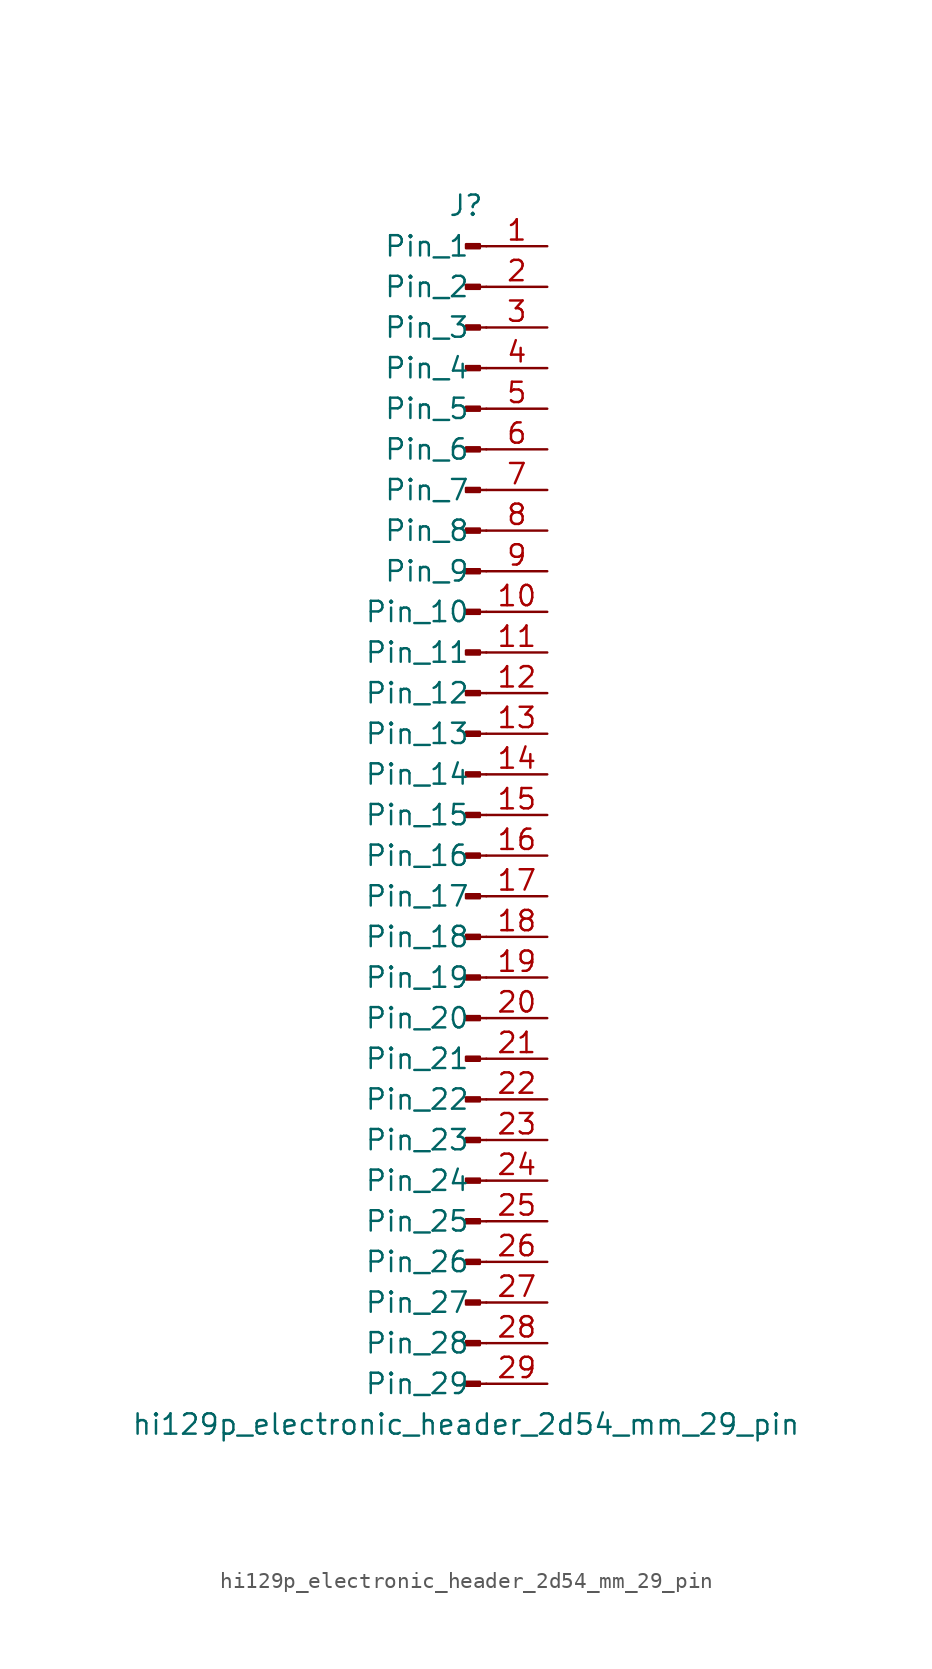
<source format=kicad_sym>
(kicad_symbol_lib
  (version 20220914)
  (generator kicad_symbol_editor)
  (symbol "hi129p_electronic_header_2d54_mm_29_pin"
    (pin_names
      (offset 1.016))
    (property "Reference" "J"
      (at 0 38.1 0)
      (effects (font (size 1.27 1.27))))
    (property "Value" "hi129p_electronic_header_2d54_mm_29_pin"
      (at 0 -38.1 0)
      (effects (font (size 1.27 1.27))))
    (property "ki_locked" ""
      (at 0 0 0)
      (effects (font (size 1.27 1.27))))
    (symbol "hi129p_electronic_header_2d54_mm_29_pin_1_1"
      (polyline (pts (xy 1.27 -35.56) (xy 0.864 -35.56)) (stroke (width 0.152) (type default)) (fill (type none)))
      (polyline (pts (xy 1.27 -33.02) (xy 0.864 -33.02)) (stroke (width 0.152) (type default)) (fill (type none)))
      (polyline (pts (xy 1.27 -30.48) (xy 0.864 -30.48)) (stroke (width 0.152) (type default)) (fill (type none)))
      (polyline (pts (xy 1.27 -27.94) (xy 0.864 -27.94)) (stroke (width 0.152) (type default)) (fill (type none)))
      (polyline (pts (xy 1.27 -25.4) (xy 0.864 -25.4)) (stroke (width 0.152) (type default)) (fill (type none)))
      (polyline (pts (xy 1.27 -22.86) (xy 0.864 -22.86)) (stroke (width 0.152) (type default)) (fill (type none)))
      (polyline (pts (xy 1.27 -20.32) (xy 0.864 -20.32)) (stroke (width 0.152) (type default)) (fill (type none)))
      (polyline (pts (xy 1.27 -17.78) (xy 0.864 -17.78)) (stroke (width 0.152) (type default)) (fill (type none)))
      (polyline (pts (xy 1.27 -15.24) (xy 0.864 -15.24)) (stroke (width 0.152) (type default)) (fill (type none)))
      (polyline (pts (xy 1.27 -12.7) (xy 0.864 -12.7)) (stroke (width 0.152) (type default)) (fill (type none)))
      (polyline (pts (xy 1.27 -10.16) (xy 0.864 -10.16)) (stroke (width 0.152) (type default)) (fill (type none)))
      (polyline (pts (xy 1.27 -7.62) (xy 0.864 -7.62)) (stroke (width 0.152) (type default)) (fill (type none)))
      (polyline (pts (xy 1.27 -5.08) (xy 0.864 -5.08)) (stroke (width 0.152) (type default)) (fill (type none)))
      (polyline (pts (xy 1.27 -2.54) (xy 0.864 -2.54)) (stroke (width 0.152) (type default)) (fill (type none)))
      (polyline (pts (xy 1.27 0) (xy 0.864 0)) (stroke (width 0.152) (type default)) (fill (type none)))
      (polyline (pts (xy 1.27 2.54) (xy 0.864 2.54)) (stroke (width 0.152) (type default)) (fill (type none)))
      (polyline (pts (xy 1.27 5.08) (xy 0.864 5.08)) (stroke (width 0.152) (type default)) (fill (type none)))
      (polyline (pts (xy 1.27 7.62) (xy 0.864 7.62)) (stroke (width 0.152) (type default)) (fill (type none)))
      (polyline (pts (xy 1.27 10.16) (xy 0.864 10.16)) (stroke (width 0.152) (type default)) (fill (type none)))
      (polyline (pts (xy 1.27 12.7) (xy 0.864 12.7)) (stroke (width 0.152) (type default)) (fill (type none)))
      (polyline (pts (xy 1.27 15.24) (xy 0.864 15.24)) (stroke (width 0.152) (type default)) (fill (type none)))
      (polyline (pts (xy 1.27 17.78) (xy 0.864 17.78)) (stroke (width 0.152) (type default)) (fill (type none)))
      (polyline (pts (xy 1.27 20.32) (xy 0.864 20.32)) (stroke (width 0.152) (type default)) (fill (type none)))
      (polyline (pts (xy 1.27 22.86) (xy 0.864 22.86)) (stroke (width 0.152) (type default)) (fill (type none)))
      (polyline (pts (xy 1.27 25.4) (xy 0.864 25.4)) (stroke (width 0.152) (type default)) (fill (type none)))
      (polyline (pts (xy 1.27 27.94) (xy 0.864 27.94)) (stroke (width 0.152) (type default)) (fill (type none)))
      (polyline (pts (xy 1.27 30.48) (xy 0.864 30.48)) (stroke (width 0.152) (type default)) (fill (type none)))
      (polyline (pts (xy 1.27 33.02) (xy 0.864 33.02)) (stroke (width 0.152) (type default)) (fill (type none)))
      (polyline (pts (xy 1.27 35.56) (xy 0.864 35.56)) (stroke (width 0.152) (type default)) (fill (type none)))
      (rectangle (start 0.864 -35.433) (end 0 -35.687) (stroke (width 0.152) (type default)) (fill (type outline)))
      (rectangle (start 0.864 -32.893) (end 0 -33.147) (stroke (width 0.152) (type default)) (fill (type outline)))
      (rectangle (start 0.864 -30.353) (end 0 -30.607) (stroke (width 0.152) (type default)) (fill (type outline)))
      (rectangle (start 0.864 -27.813) (end 0 -28.067) (stroke (width 0.152) (type default)) (fill (type outline)))
      (rectangle (start 0.864 -25.273) (end 0 -25.527) (stroke (width 0.152) (type default)) (fill (type outline)))
      (rectangle (start 0.864 -22.733) (end 0 -22.987) (stroke (width 0.152) (type default)) (fill (type outline)))
      (rectangle (start 0.864 -20.193) (end 0 -20.447) (stroke (width 0.152) (type default)) (fill (type outline)))
      (rectangle (start 0.864 -17.653) (end 0 -17.907) (stroke (width 0.152) (type default)) (fill (type outline)))
      (rectangle (start 0.864 -15.113) (end 0 -15.367) (stroke (width 0.152) (type default)) (fill (type outline)))
      (rectangle (start 0.864 -12.573) (end 0 -12.827) (stroke (width 0.152) (type default)) (fill (type outline)))
      (rectangle (start 0.864 -10.033) (end 0 -10.287) (stroke (width 0.152) (type default)) (fill (type outline)))
      (rectangle (start 0.864 -7.493) (end 0 -7.747) (stroke (width 0.152) (type default)) (fill (type outline)))
      (rectangle (start 0.864 -4.953) (end 0 -5.207) (stroke (width 0.152) (type default)) (fill (type outline)))
      (rectangle (start 0.864 -2.413) (end 0 -2.667) (stroke (width 0.152) (type default)) (fill (type outline)))
      (rectangle (start 0.864 0.127) (end 0 -0.127) (stroke (width 0.152) (type default)) (fill (type outline)))
      (rectangle (start 0.864 2.667) (end 0 2.413) (stroke (width 0.152) (type default)) (fill (type outline)))
      (rectangle (start 0.864 5.207) (end 0 4.953) (stroke (width 0.152) (type default)) (fill (type outline)))
      (rectangle (start 0.864 7.747) (end 0 7.493) (stroke (width 0.152) (type default)) (fill (type outline)))
      (rectangle (start 0.864 10.287) (end 0 10.033) (stroke (width 0.152) (type default)) (fill (type outline)))
      (rectangle (start 0.864 12.827) (end 0 12.573) (stroke (width 0.152) (type default)) (fill (type outline)))
      (rectangle (start 0.864 15.367) (end 0 15.113) (stroke (width 0.152) (type default)) (fill (type outline)))
      (rectangle (start 0.864 17.907) (end 0 17.653) (stroke (width 0.152) (type default)) (fill (type outline)))
      (rectangle (start 0.864 20.447) (end 0 20.193) (stroke (width 0.152) (type default)) (fill (type outline)))
      (rectangle (start 0.864 22.987) (end 0 22.733) (stroke (width 0.152) (type default)) (fill (type outline)))
      (rectangle (start 0.864 25.527) (end 0 25.273) (stroke (width 0.152) (type default)) (fill (type outline)))
      (rectangle (start 0.864 28.067) (end 0 27.813) (stroke (width 0.152) (type default)) (fill (type outline)))
      (rectangle (start 0.864 30.607) (end 0 30.353) (stroke (width 0.152) (type default)) (fill (type outline)))
      (rectangle (start 0.864 33.147) (end 0 32.893) (stroke (width 0.152) (type default)) (fill (type outline)))
      (rectangle (start 0.864 35.687) (end 0 35.433) (stroke (width 0.152) (type default)) (fill (type outline)))
      (pin passive line (at 5.08 35.56 180) (length 3.81) (name "Pin_1" (effects (font (size 1.27 1.27)))) (number "1" (effects (font (size 1.27 1.27)))))
      (pin passive line (at 5.08 12.7 180) (length 3.81) (name "Pin_10" (effects (font (size 1.27 1.27)))) (number "10" (effects (font (size 1.27 1.27)))))
      (pin passive line (at 5.08 10.16 180) (length 3.81) (name "Pin_11" (effects (font (size 1.27 1.27)))) (number "11" (effects (font (size 1.27 1.27)))))
      (pin passive line (at 5.08 7.62 180) (length 3.81) (name "Pin_12" (effects (font (size 1.27 1.27)))) (number "12" (effects (font (size 1.27 1.27)))))
      (pin passive line (at 5.08 5.08 180) (length 3.81) (name "Pin_13" (effects (font (size 1.27 1.27)))) (number "13" (effects (font (size 1.27 1.27)))))
      (pin passive line (at 5.08 2.54 180) (length 3.81) (name "Pin_14" (effects (font (size 1.27 1.27)))) (number "14" (effects (font (size 1.27 1.27)))))
      (pin passive line (at 5.08 0 180) (length 3.81) (name "Pin_15" (effects (font (size 1.27 1.27)))) (number "15" (effects (font (size 1.27 1.27)))))
      (pin passive line (at 5.08 -2.54 180) (length 3.81) (name "Pin_16" (effects (font (size 1.27 1.27)))) (number "16" (effects (font (size 1.27 1.27)))))
      (pin passive line (at 5.08 -5.08 180) (length 3.81) (name "Pin_17" (effects (font (size 1.27 1.27)))) (number "17" (effects (font (size 1.27 1.27)))))
      (pin passive line (at 5.08 -7.62 180) (length 3.81) (name "Pin_18" (effects (font (size 1.27 1.27)))) (number "18" (effects (font (size 1.27 1.27)))))
      (pin passive line (at 5.08 -10.16 180) (length 3.81) (name "Pin_19" (effects (font (size 1.27 1.27)))) (number "19" (effects (font (size 1.27 1.27)))))
      (pin passive line (at 5.08 33.02 180) (length 3.81) (name "Pin_2" (effects (font (size 1.27 1.27)))) (number "2" (effects (font (size 1.27 1.27)))))
      (pin passive line (at 5.08 -12.7 180) (length 3.81) (name "Pin_20" (effects (font (size 1.27 1.27)))) (number "20" (effects (font (size 1.27 1.27)))))
      (pin passive line (at 5.08 -15.24 180) (length 3.81) (name "Pin_21" (effects (font (size 1.27 1.27)))) (number "21" (effects (font (size 1.27 1.27)))))
      (pin passive line (at 5.08 -17.78 180) (length 3.81) (name "Pin_22" (effects (font (size 1.27 1.27)))) (number "22" (effects (font (size 1.27 1.27)))))
      (pin passive line (at 5.08 -20.32 180) (length 3.81) (name "Pin_23" (effects (font (size 1.27 1.27)))) (number "23" (effects (font (size 1.27 1.27)))))
      (pin passive line (at 5.08 -22.86 180) (length 3.81) (name "Pin_24" (effects (font (size 1.27 1.27)))) (number "24" (effects (font (size 1.27 1.27)))))
      (pin passive line (at 5.08 -25.4 180) (length 3.81) (name "Pin_25" (effects (font (size 1.27 1.27)))) (number "25" (effects (font (size 1.27 1.27)))))
      (pin passive line (at 5.08 -27.94 180) (length 3.81) (name "Pin_26" (effects (font (size 1.27 1.27)))) (number "26" (effects (font (size 1.27 1.27)))))
      (pin passive line (at 5.08 -30.48 180) (length 3.81) (name "Pin_27" (effects (font (size 1.27 1.27)))) (number "27" (effects (font (size 1.27 1.27)))))
      (pin passive line (at 5.08 -33.02 180) (length 3.81) (name "Pin_28" (effects (font (size 1.27 1.27)))) (number "28" (effects (font (size 1.27 1.27)))))
      (pin passive line (at 5.08 -35.56 180) (length 3.81) (name "Pin_29" (effects (font (size 1.27 1.27)))) (number "29" (effects (font (size 1.27 1.27)))))
      (pin passive line (at 5.08 30.48 180) (length 3.81) (name "Pin_3" (effects (font (size 1.27 1.27)))) (number "3" (effects (font (size 1.27 1.27)))))
      (pin passive line (at 5.08 27.94 180) (length 3.81) (name "Pin_4" (effects (font (size 1.27 1.27)))) (number "4" (effects (font (size 1.27 1.27)))))
      (pin passive line (at 5.08 25.4 180) (length 3.81) (name "Pin_5" (effects (font (size 1.27 1.27)))) (number "5" (effects (font (size 1.27 1.27)))))
      (pin passive line (at 5.08 22.86 180) (length 3.81) (name "Pin_6" (effects (font (size 1.27 1.27)))) (number "6" (effects (font (size 1.27 1.27)))))
      (pin passive line (at 5.08 20.32 180) (length 3.81) (name "Pin_7" (effects (font (size 1.27 1.27)))) (number "7" (effects (font (size 1.27 1.27)))))
      (pin passive line (at 5.08 17.78 180) (length 3.81) (name "Pin_8" (effects (font (size 1.27 1.27)))) (number "8" (effects (font (size 1.27 1.27)))))
      (pin passive line (at 5.08 15.24 180) (length 3.81) (name "Pin_9" (effects (font (size 1.27 1.27)))) (number "9" (effects (font (size 1.27 1.27))))))))
</source>
